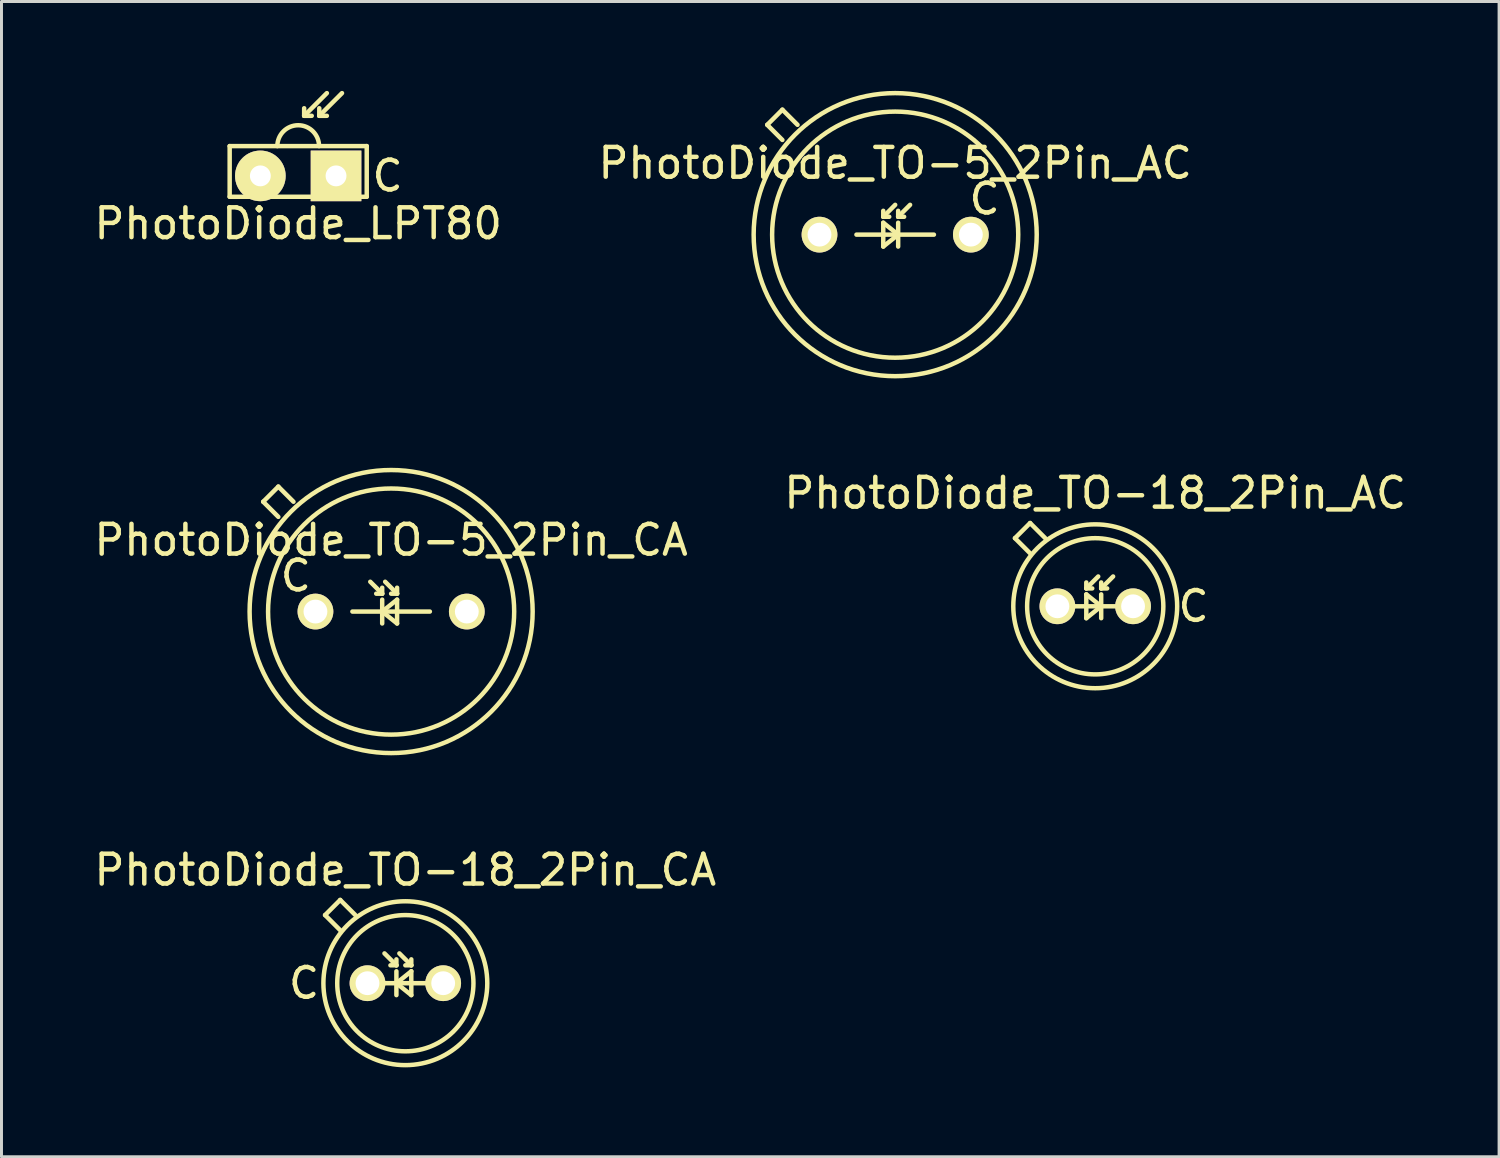
<source format=kicad_pcb>
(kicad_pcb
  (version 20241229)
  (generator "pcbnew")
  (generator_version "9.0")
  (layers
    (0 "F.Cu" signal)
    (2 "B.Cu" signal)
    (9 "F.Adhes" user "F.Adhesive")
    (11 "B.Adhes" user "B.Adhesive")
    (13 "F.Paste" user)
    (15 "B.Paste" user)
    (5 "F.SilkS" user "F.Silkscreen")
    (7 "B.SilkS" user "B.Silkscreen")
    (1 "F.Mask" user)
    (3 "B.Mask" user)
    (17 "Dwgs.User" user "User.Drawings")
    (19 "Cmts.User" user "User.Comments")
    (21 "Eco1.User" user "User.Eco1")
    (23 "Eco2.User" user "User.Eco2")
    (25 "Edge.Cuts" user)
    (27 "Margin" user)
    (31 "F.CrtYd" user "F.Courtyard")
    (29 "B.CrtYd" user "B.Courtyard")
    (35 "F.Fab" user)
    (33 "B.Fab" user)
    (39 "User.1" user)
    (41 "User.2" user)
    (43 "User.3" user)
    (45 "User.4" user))
  (footprint "PhotoDiode_TO-18_2Pin_CA"
    (layer "F.Cu")
    (at 10.554 29.948)
    (property "Reference" "PhotoDiode_TO-18_2Pin_CA" (at 0 -3.8 0) (layer "F.SilkS") (effects (font (size 1 1) (thickness 0.15))))
    (attr through_hole)
    (fp_line (start -2.694 -2.286) (end -2.186 -2.794) (stroke (width 0.15) (type solid)) (layer "F.SilkS"))
    (fp_line (start -2.186 -2.794) (end -1.678 -2.286) (stroke (width 0.15) (type solid)) (layer "F.SilkS"))
    (fp_line (start -2.186 -1.778) (end -2.694 -2.286) (stroke (width 0.15) (type solid)) (layer "F.SilkS"))
    (fp_line (start -1.3 0) (end 1.3 0) (stroke (width 0.15) (type solid)) (layer "F.SilkS"))
    (fp_line (start -0.3 -0.8) (end -0.3 -0.6) (stroke (width 0.15) (type solid)) (layer "F.SilkS"))
    (fp_line (start -0.3 -0.6) (end -0.7 -1) (stroke (width 0.15) (type solid)) (layer "F.SilkS"))
    (fp_line (start -0.3 -0.6) (end -0.5 -0.6) (stroke (width 0.15) (type solid)) (layer "F.SilkS"))
    (fp_line (start -0.3 -0.4) (end -0.3 0.4) (stroke (width 0.15) (type solid)) (layer "F.SilkS"))
    (fp_line (start 0.2 -0.6) (end -0.2 -1) (stroke (width 0.15) (type solid)) (layer "F.SilkS"))
    (fp_line (start 0.2 -0.6) (end 0 -0.6) (stroke (width 0.15) (type solid)) (layer "F.SilkS"))
    (fp_line (start 0.2 -0.6) (end 0.2 -0.8) (stroke (width 0.15) (type solid)) (layer "F.SilkS"))
    (fp_line (start 0.2 -0.4) (end -0.3 0) (stroke (width 0.15) (type solid)) (layer "F.SilkS"))
    (fp_line (start 0.2 0) (end 0.2 -0.4) (stroke (width 0.15) (type solid)) (layer "F.SilkS"))
    (fp_line (start 0.2 0) (end 0.2 0.4) (stroke (width 0.15) (type solid)) (layer "F.SilkS"))
    (fp_line (start 0.2 0.4) (end -0.3 0) (stroke (width 0.15) (type solid)) (layer "F.SilkS"))
    (fp_circle (center 0 0) (end 2.286 0) (stroke (width 0.15) (type solid)) (fill no) (layer "F.SilkS"))
    (fp_circle (center 0 0) (end 2.75 0) (stroke (width 0.15) (type solid)) (fill no) (layer "F.SilkS"))
    (fp_text user "C" (at -3.4 0 0) (layer "F.SilkS") (effects (font (size 1 1) (thickness 0.15))))
    (pad "1" thru_hole circle (at -1.27 0) (size 1.2 1.2) (drill 0.8) (layers "*.Cu" "*.Mask" "F.SilkS"))
    (pad "2" thru_hole circle (at 1.27 0) (size 1.2 1.2) (drill 0.8) (layers "*.Cu" "*.Mask" "F.SilkS")))
  (footprint "PhotoDiode_TO-5_2Pin_AC"
    (layer "F.Cu")
    (at 26.994 4.825)
    (property "Reference" "PhotoDiode_TO-5_2Pin_AC" (at 0 -2.4 0) (layer "F.SilkS") (effects (font (size 1 1) (thickness 0.15))))
    (attr through_hole)
    (fp_line (start -4.294 -3.686) (end -3.786 -4.194) (stroke (width 0.15) (type solid)) (layer "F.SilkS"))
    (fp_line (start -3.786 -4.194) (end -3.278 -3.686) (stroke (width 0.15) (type solid)) (layer "F.SilkS"))
    (fp_line (start -3.786 -3.178) (end -4.294 -3.686) (stroke (width 0.15) (type solid)) (layer "F.SilkS"))
    (fp_line (start -1.3 0) (end 1.3 0) (stroke (width 0.15) (type solid)) (layer "F.SilkS"))
    (fp_line (start -0.4 -0.6) (end -0.4 -0.8) (stroke (width 0.15) (type solid)) (layer "F.SilkS"))
    (fp_line (start -0.4 -0.6) (end -0.2 -0.6) (stroke (width 0.15) (type solid)) (layer "F.SilkS"))
    (fp_line (start -0.4 -0.6) (end 0 -1) (stroke (width 0.15) (type solid)) (layer "F.SilkS"))
    (fp_line (start -0.4 -0.4) (end 0.1 0) (stroke (width 0.15) (type solid)) (layer "F.SilkS"))
    (fp_line (start -0.4 0) (end -0.4 -0.4) (stroke (width 0.15) (type solid)) (layer "F.SilkS"))
    (fp_line (start -0.4 0) (end -0.4 0.4) (stroke (width 0.15) (type solid)) (layer "F.SilkS"))
    (fp_line (start -0.4 0.4) (end 0.1 0) (stroke (width 0.15) (type solid)) (layer "F.SilkS"))
    (fp_line (start 0.1 -0.8) (end 0.1 -0.6) (stroke (width 0.15) (type solid)) (layer "F.SilkS"))
    (fp_line (start 0.1 -0.6) (end 0.3 -0.6) (stroke (width 0.15) (type solid)) (layer "F.SilkS"))
    (fp_line (start 0.1 -0.6) (end 0.5 -1) (stroke (width 0.15) (type solid)) (layer "F.SilkS"))
    (fp_line (start 0.1 -0.4) (end 0.1 0.4) (stroke (width 0.15) (type solid)) (layer "F.SilkS"))
    (fp_circle (center 0 0) (end 4.13 0) (stroke (width 0.15) (type solid)) (fill no) (layer "F.SilkS"))
    (fp_circle (center 0 0) (end 4.75 0) (stroke (width 0.15) (type solid)) (fill no) (layer "F.SilkS"))
    (fp_text user "C" (at 3 -1.2 0) (layer "F.SilkS") (effects (font (size 1 1) (thickness 0.15))))
    (pad "1" thru_hole circle (at 2.54 0) (size 1.2 1.2) (drill 0.8) (layers "*.Cu" "*.Mask" "F.SilkS"))
    (pad "2" thru_hole circle (at -2.54 0) (size 1.2 1.2) (drill 0.8) (layers "*.Cu" "*.Mask" "F.SilkS")))
  (footprint "PhotoDiode_TO-18_2Pin_AC"
    (layer "F.Cu")
    (at 33.708 17.298)
    (property "Reference" "PhotoDiode_TO-18_2Pin_AC" (at 0 -3.8 0) (layer "F.SilkS") (effects (font (size 1 1) (thickness 0.15))))
    (attr through_hole)
    (fp_line (start -2.694 -2.286) (end -2.186 -2.794) (stroke (width 0.15) (type solid)) (layer "F.SilkS"))
    (fp_line (start -2.186 -2.794) (end -1.678 -2.286) (stroke (width 0.15) (type solid)) (layer "F.SilkS"))
    (fp_line (start -2.186 -1.778) (end -2.694 -2.286) (stroke (width 0.15) (type solid)) (layer "F.SilkS"))
    (fp_line (start -1.3 0) (end 1.3 0) (stroke (width 0.15) (type solid)) (layer "F.SilkS"))
    (fp_line (start -0.3 -0.6) (end -0.3 -0.8) (stroke (width 0.15) (type solid)) (layer "F.SilkS"))
    (fp_line (start -0.3 -0.6) (end -0.1 -0.6) (stroke (width 0.15) (type solid)) (layer "F.SilkS"))
    (fp_line (start -0.3 -0.6) (end 0.1 -1) (stroke (width 0.15) (type solid)) (layer "F.SilkS"))
    (fp_line (start -0.3 -0.4) (end 0.2 0) (stroke (width 0.15) (type solid)) (layer "F.SilkS"))
    (fp_line (start -0.3 0) (end -0.3 -0.4) (stroke (width 0.15) (type solid)) (layer "F.SilkS"))
    (fp_line (start -0.3 0) (end -0.3 0.4) (stroke (width 0.15) (type solid)) (layer "F.SilkS"))
    (fp_line (start -0.3 0.4) (end 0.2 0) (stroke (width 0.15) (type solid)) (layer "F.SilkS"))
    (fp_line (start 0.2 -0.8) (end 0.2 -0.6) (stroke (width 0.15) (type solid)) (layer "F.SilkS"))
    (fp_line (start 0.2 -0.6) (end 0.4 -0.6) (stroke (width 0.15) (type solid)) (layer "F.SilkS"))
    (fp_line (start 0.2 -0.6) (end 0.6 -1) (stroke (width 0.15) (type solid)) (layer "F.SilkS"))
    (fp_line (start 0.2 -0.4) (end 0.2 0.4) (stroke (width 0.15) (type solid)) (layer "F.SilkS"))
    (fp_circle (center 0 0) (end 2.286 0) (stroke (width 0.15) (type solid)) (fill no) (layer "F.SilkS"))
    (fp_circle (center 0 0) (end 2.75 0) (stroke (width 0.15) (type solid)) (fill no) (layer "F.SilkS"))
    (fp_text user "C" (at 3.3 0 0) (layer "F.SilkS") (effects (font (size 1 1) (thickness 0.15))))
    (pad "1" thru_hole circle (at -1.27 0) (size 1.2 1.2) (drill 0.8) (layers "*.Cu" "*.Mask" "F.SilkS"))
    (pad "2" thru_hole circle (at 1.27 0) (size 1.2 1.2) (drill 0.8) (layers "*.Cu" "*.Mask" "F.SilkS")))
  (footprint "PhotoDiode_LPT80"
    (layer "F.Cu")
    (at 6.958 2.853)
    (property "Reference" "PhotoDiode_LPT80" (at 0 1.6 0) (layer "F.SilkS") (effects (font (size 1 1) (thickness 0.15))))
    (attr through_hole)
    (fp_line (start -2.3 -1) (end -2.3 0.7) (stroke (width 0.15) (type solid)) (layer "F.SilkS"))
    (fp_line (start -2.3 0.7) (end 2.3 0.7) (stroke (width 0.15) (type solid)) (layer "F.SilkS"))
    (fp_line (start 0.2 -2.016) (end 0.2 -2.27) (stroke (width 0.15) (type solid)) (layer "F.SilkS"))
    (fp_line (start 0.2 -2.016) (end 0.454 -2.016) (stroke (width 0.15) (type solid)) (layer "F.SilkS"))
    (fp_line (start 0.708 -2.016) (end 0.708 -2.27) (stroke (width 0.15) (type solid)) (layer "F.SilkS"))
    (fp_line (start 0.708 -2.016) (end 0.962 -2.016) (stroke (width 0.15) (type solid)) (layer "F.SilkS"))
    (fp_line (start 0.962 -2.778) (end 0.2 -2.016) (stroke (width 0.15) (type solid)) (layer "F.SilkS"))
    (fp_line (start 1.47 -2.778) (end 0.708 -2.016) (stroke (width 0.15) (type solid)) (layer "F.SilkS"))
    (fp_line (start 2.3 -1) (end -2.3 -1) (stroke (width 0.15) (type solid)) (layer "F.SilkS"))
    (fp_line (start 2.3 0.7) (end 2.3 -1) (stroke (width 0.15) (type solid)) (layer "F.SilkS"))
    (fp_arc (start -0.7 -1) (mid 0 -1.7) (end 0.7 -1) (stroke (width 0.15) (type solid)) (layer "F.SilkS"))
    (fp_text user "C" (at 3 0 0) (layer "F.SilkS") (effects (font (size 1 1) (thickness 0.15))))
    (pad "1" thru_hole rect (at 1.27 0 180) (size 1.699 1.699) (drill 0.701) (layers "*.Cu" "*.Mask" "F.SilkS"))
    (pad "2" thru_hole circle (at -1.27 0 180) (size 1.699 1.699) (drill 0.701) (layers "*.Cu" "*.Mask" "F.SilkS")))
  (footprint "PhotoDiode_TO-5_2Pin_CA"
    (layer "F.Cu")
    (at 10.077 17.475)
    (property "Reference" "PhotoDiode_TO-5_2Pin_CA" (at 0 -2.4 0) (layer "F.SilkS") (effects (font (size 1 1) (thickness 0.15))))
    (attr through_hole)
    (fp_line (start -4.294 -3.686) (end -3.786 -4.194) (stroke (width 0.15) (type solid)) (layer "F.SilkS"))
    (fp_line (start -3.786 -4.194) (end -3.278 -3.686) (stroke (width 0.15) (type solid)) (layer "F.SilkS"))
    (fp_line (start -3.786 -3.178) (end -4.294 -3.686) (stroke (width 0.15) (type solid)) (layer "F.SilkS"))
    (fp_line (start -1.3 0) (end 1.3 0) (stroke (width 0.15) (type solid)) (layer "F.SilkS"))
    (fp_line (start -0.3 -0.8) (end -0.3 -0.6) (stroke (width 0.15) (type solid)) (layer "F.SilkS"))
    (fp_line (start -0.3 -0.6) (end -0.7 -1) (stroke (width 0.15) (type solid)) (layer "F.SilkS"))
    (fp_line (start -0.3 -0.6) (end -0.5 -0.6) (stroke (width 0.15) (type solid)) (layer "F.SilkS"))
    (fp_line (start -0.3 -0.4) (end -0.3 0.4) (stroke (width 0.15) (type solid)) (layer "F.SilkS"))
    (fp_line (start 0.2 -0.6) (end -0.2 -1) (stroke (width 0.15) (type solid)) (layer "F.SilkS"))
    (fp_line (start 0.2 -0.6) (end 0 -0.6) (stroke (width 0.15) (type solid)) (layer "F.SilkS"))
    (fp_line (start 0.2 -0.6) (end 0.2 -0.8) (stroke (width 0.15) (type solid)) (layer "F.SilkS"))
    (fp_line (start 0.2 -0.4) (end -0.3 0) (stroke (width 0.15) (type solid)) (layer "F.SilkS"))
    (fp_line (start 0.2 0) (end 0.2 -0.4) (stroke (width 0.15) (type solid)) (layer "F.SilkS"))
    (fp_line (start 0.2 0) (end 0.2 0.4) (stroke (width 0.15) (type solid)) (layer "F.SilkS"))
    (fp_line (start 0.2 0.4) (end -0.3 0) (stroke (width 0.15) (type solid)) (layer "F.SilkS"))
    (fp_circle (center 0 0) (end 4.13 0) (stroke (width 0.15) (type solid)) (fill no) (layer "F.SilkS"))
    (fp_circle (center 0 0) (end 4.75 0) (stroke (width 0.15) (type solid)) (fill no) (layer "F.SilkS"))
    (fp_text user "C" (at -3.2 -1.2 0) (layer "F.SilkS") (effects (font (size 1 1) (thickness 0.15))))
    (pad "1" thru_hole circle (at -2.54 0) (size 1.2 1.2) (drill 0.8) (layers "*.Cu" "*.Mask" "F.SilkS"))
    (pad "2" thru_hole circle (at 2.54 0) (size 1.2 1.2) (drill 0.8) (layers "*.Cu" "*.Mask" "F.SilkS")))
  (gr_rect
    (start -3 -3)
    (end 47.262 35.773)
    (stroke (width 0.1) (type default))
    (fill no)
    (layer "Edge.Cuts")))
</source>
